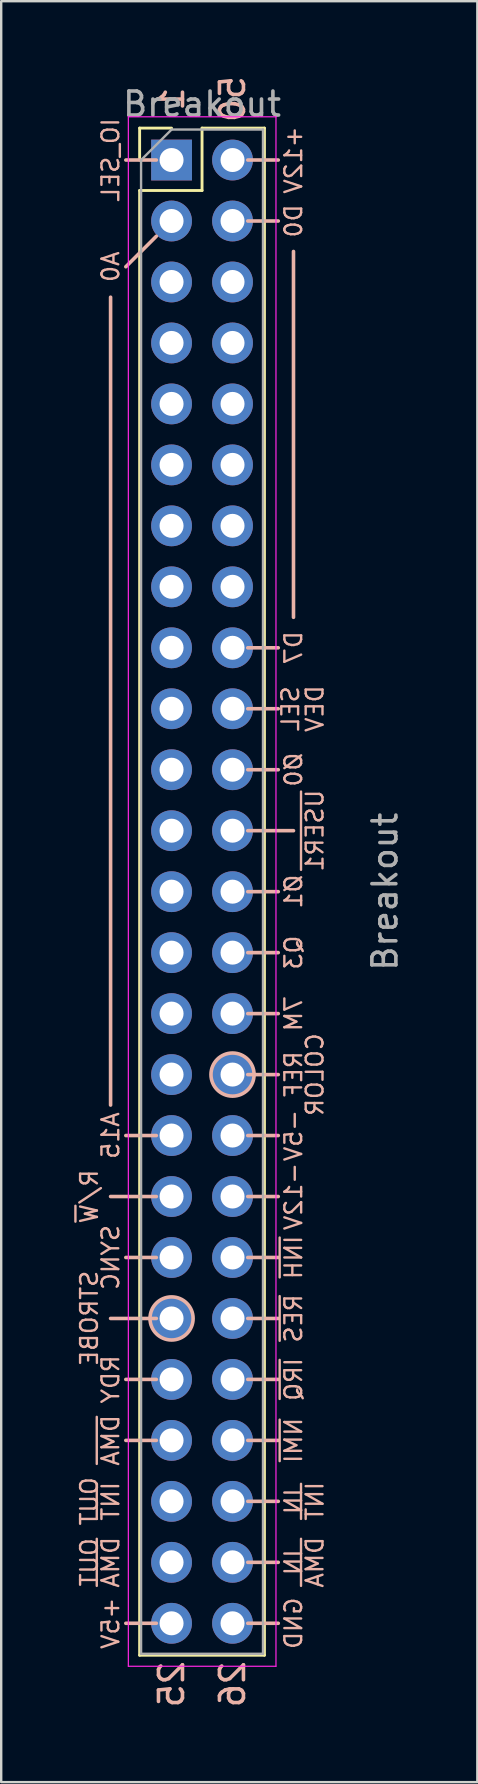
<source format=kicad_pcb>
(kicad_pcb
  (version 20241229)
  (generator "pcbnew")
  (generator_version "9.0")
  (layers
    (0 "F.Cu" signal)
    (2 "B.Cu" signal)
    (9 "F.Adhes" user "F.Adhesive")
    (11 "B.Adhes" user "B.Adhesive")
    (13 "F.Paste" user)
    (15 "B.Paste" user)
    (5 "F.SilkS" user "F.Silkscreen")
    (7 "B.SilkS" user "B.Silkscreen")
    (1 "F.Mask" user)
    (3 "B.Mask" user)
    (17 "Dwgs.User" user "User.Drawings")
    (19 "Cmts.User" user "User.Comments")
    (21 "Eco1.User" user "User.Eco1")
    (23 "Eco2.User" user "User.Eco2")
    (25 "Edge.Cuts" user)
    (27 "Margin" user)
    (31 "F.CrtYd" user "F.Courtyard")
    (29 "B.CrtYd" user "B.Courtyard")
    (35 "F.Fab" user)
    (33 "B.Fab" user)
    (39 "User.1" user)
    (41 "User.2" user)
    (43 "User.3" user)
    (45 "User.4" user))
  (footprint "Breakout"
    (layer "F.Cu")
    (at 4.097 3.617)
    (property "Reference" "Breakout" (at 1.27 -2.33 0) (layer "F.Fab") (effects (font (size 1 1) (thickness 0.15))))
    (attr through_hole)
    (fp_line (start -1.33 -1.33) (end 0 -1.33) (stroke (width 0.12) (type solid)) (layer "F.SilkS"))
    (fp_line (start -1.33 0) (end -1.33 -1.33) (stroke (width 0.12) (type solid)) (layer "F.SilkS"))
    (fp_line (start -1.33 1.27) (end -1.33 62.29) (stroke (width 0.12) (type solid)) (layer "F.SilkS"))
    (fp_line (start -1.33 1.27) (end 1.27 1.27) (stroke (width 0.12) (type solid)) (layer "F.SilkS"))
    (fp_line (start -1.33 62.29) (end 3.87 62.29) (stroke (width 0.12) (type solid)) (layer "F.SilkS"))
    (fp_line (start 1.27 -1.33) (end 3.87 -1.33) (stroke (width 0.12) (type solid)) (layer "F.SilkS"))
    (fp_line (start 1.27 1.27) (end 1.27 -1.33) (stroke (width 0.12) (type solid)) (layer "F.SilkS"))
    (fp_line (start 3.87 -1.33) (end 3.87 62.29) (stroke (width 0.12) (type solid)) (layer "F.SilkS"))
    (fp_line (start -2.54 5.715) (end -2.54 39.37) (stroke (width 0.15) (type solid)) (layer "B.SilkS"))
    (fp_line (start -1.905 4.445) (end -0.635 3.175) (stroke (width 0.15) (type solid)) (layer "B.SilkS"))
    (fp_line (start -1.905 53.34) (end -0.635 53.34) (stroke (width 0.15) (type solid)) (layer "B.SilkS"))
    (fp_line (start -1.905 60.96) (end -0.635 60.96) (stroke (width 0.15) (type solid)) (layer "B.SilkS"))
    (fp_line (start -0.635 0) (end -1.905 0) (stroke (width 0.15) (type solid)) (layer "B.SilkS"))
    (fp_line (start -0.635 40.64) (end -1.905 40.64) (stroke (width 0.15) (type solid)) (layer "B.SilkS"))
    (fp_line (start -0.635 43.18) (end -2.54 43.18) (stroke (width 0.15) (type solid)) (layer "B.SilkS"))
    (fp_line (start -0.635 45.72) (end -1.905 45.72) (stroke (width 0.15) (type solid)) (layer "B.SilkS"))
    (fp_line (start -0.635 48.26) (end -2.54 48.26) (stroke (width 0.15) (type solid)) (layer "B.SilkS"))
    (fp_line (start -0.635 50.8) (end -1.905 50.8) (stroke (width 0.15) (type solid)) (layer "B.SilkS"))
    (fp_line (start 3.175 0) (end 4.445 0) (stroke (width 0.15) (type solid)) (layer "B.SilkS"))
    (fp_line (start 3.175 20.32) (end 4.445 20.32) (stroke (width 0.15) (type solid)) (layer "B.SilkS"))
    (fp_line (start 3.175 22.86) (end 4.445 22.86) (stroke (width 0.15) (type solid)) (layer "B.SilkS"))
    (fp_line (start 3.175 27.94) (end 5.08 27.94) (stroke (width 0.15) (type solid)) (layer "B.SilkS"))
    (fp_line (start 3.175 30.48) (end 4.445 30.48) (stroke (width 0.15) (type solid)) (layer "B.SilkS"))
    (fp_line (start 3.175 33.02) (end 4.445 33.02) (stroke (width 0.15) (type solid)) (layer "B.SilkS"))
    (fp_line (start 3.175 35.56) (end 4.445 35.56) (stroke (width 0.15) (type solid)) (layer "B.SilkS"))
    (fp_line (start 3.175 38.1) (end 4.445 38.1) (stroke (width 0.15) (type solid)) (layer "B.SilkS"))
    (fp_line (start 3.175 40.64) (end 4.445 40.64) (stroke (width 0.15) (type solid)) (layer "B.SilkS"))
    (fp_line (start 3.175 43.18) (end 4.445 43.18) (stroke (width 0.15) (type solid)) (layer "B.SilkS"))
    (fp_line (start 3.175 45.72) (end 4.445 45.72) (stroke (width 0.15) (type solid)) (layer "B.SilkS"))
    (fp_line (start 3.175 48.26) (end 4.445 48.26) (stroke (width 0.15) (type solid)) (layer "B.SilkS"))
    (fp_line (start 3.175 50.8) (end 4.445 50.8) (stroke (width 0.15) (type solid)) (layer "B.SilkS"))
    (fp_line (start 3.175 53.34) (end 4.445 53.34) (stroke (width 0.15) (type solid)) (layer "B.SilkS"))
    (fp_line (start 3.175 55.88) (end 4.445 55.88) (stroke (width 0.15) (type solid)) (layer "B.SilkS"))
    (fp_line (start 3.175 58.42) (end 4.445 58.42) (stroke (width 0.15) (type solid)) (layer "B.SilkS"))
    (fp_line (start 3.175 60.96) (end 4.445 60.96) (stroke (width 0.15) (type solid)) (layer "B.SilkS"))
    (fp_line (start 4.445 2.54) (end 3.175 2.54) (stroke (width 0.15) (type solid)) (layer "B.SilkS"))
    (fp_line (start 4.445 25.4) (end 3.175 25.4) (stroke (width 0.15) (type solid)) (layer "B.SilkS"))
    (fp_line (start 5.08 19.05) (end 5.08 3.81) (stroke (width 0.15) (type solid)) (layer "B.SilkS"))
    (fp_circle (center 0 48.26) (end -0.635 47.625) (stroke (width 0.15) (type solid)) (fill no) (layer "B.SilkS"))
    (fp_circle (center 2.54 38.1) (end 3.175 37.465) (stroke (width 0.15) (type solid)) (fill no) (layer "B.SilkS"))
    (fp_line (start -1.8 -1.8) (end -1.8 62.75) (stroke (width 0.05) (type solid)) (layer "F.CrtYd"))
    (fp_line (start -1.8 62.75) (end 4.35 62.75) (stroke (width 0.05) (type solid)) (layer "F.CrtYd"))
    (fp_line (start 4.35 -1.8) (end -1.8 -1.8) (stroke (width 0.05) (type solid)) (layer "F.CrtYd"))
    (fp_line (start 4.35 62.75) (end 4.35 -1.8) (stroke (width 0.05) (type solid)) (layer "F.CrtYd"))
    (fp_line (start -1.27 0) (end 0 -1.27) (stroke (width 0.1) (type solid)) (layer "F.Fab"))
    (fp_line (start -1.27 62.23) (end -1.27 0) (stroke (width 0.1) (type solid)) (layer "F.Fab"))
    (fp_line (start 0 -1.27) (end 3.81 -1.27) (stroke (width 0.1) (type solid)) (layer "F.Fab"))
    (fp_line (start 3.81 -1.27) (end 3.81 62.23) (stroke (width 0.1) (type solid)) (layer "F.Fab"))
    (fp_line (start 3.81 62.23) (end -1.27 62.23) (stroke (width 0.1) (type solid)) (layer "F.Fab"))
    (fp_text user "IN" (at 5.08 55.88 90) (layer "B.SilkS") (effects (font (size 0.7 0.7) (thickness 0.1)) (justify mirror)))
    (fp_text user "SYNC" (at -2.54 45.72 90) (layer "B.SilkS") (effects (font (size 0.7 0.7) (thickness 0.1)) (justify mirror)))
    (fp_text user "OUT" (at -3.429 55.88 90) (layer "B.SilkS") (effects (font (size 0.7 0.7) (thickness 0.1)) (justify mirror)))
    (fp_text user "+5V" (at -2.54 60.96 90) (layer "B.SilkS") (effects (font (size 0.7 0.7) (thickness 0.1)) (justify mirror)))
    (fp_text user "RDY" (at -2.54 50.8 90) (layer "B.SilkS") (effects (font (size 0.7 0.7) (thickness 0.1)) (justify mirror)))
    (fp_text user "~{USER1}" (at 5.969 27.94 90) (layer "B.SilkS") (effects (font (size 0.7 0.7) (thickness 0.1)) (justify mirror)))
    (fp_text user "25" (at 0 63.5 90) (layer "B.SilkS") (effects (font (size 1 1) (thickness 0.15)) (justify mirror)))
    (fp_text user "~{RES}" (at 5.08 48.26 90) (layer "B.SilkS") (effects (font (size 0.7 0.7) (thickness 0.1)) (justify mirror)))
    (fp_text user "26" (at 2.54 63.5 90) (layer "B.SilkS") (effects (font (size 1 1) (thickness 0.15)) (justify mirror)))
    (fp_text user "OUT" (at -3.429 58.42 90) (layer "B.SilkS") (effects (font (size 0.7 0.7) (thickness 0.1)) (justify mirror)))
    (fp_text user "~{DMA}" (at -2.54 53.34 90) (layer "B.SilkS") (effects (font (size 0.7 0.7) (thickness 0.1)) (justify mirror)))
    (fp_text user "7M" (at 5.08 35.56 90) (layer "B.SilkS") (effects (font (size 0.7 0.7) (thickness 0.1)) (justify mirror)))
    (fp_text user "50" (at 2.54 -2.54 90) (layer "B.SilkS") (effects (font (size 1 1) (thickness 0.15)) (justify mirror)))
    (fp_text user "-12V" (at 5.08 43.18 90) (layer "B.SilkS") (effects (font (size 0.7 0.7) (thickness 0.1)) (justify mirror)))
    (fp_text user "~{INT}" (at 5.969 55.88 90) (layer "B.SilkS") (effects (font (size 0.7 0.7) (thickness 0.1)) (justify mirror)))
    (fp_text user "IO_SEL" (at -2.54 0 90) (layer "B.SilkS") (effects (font (size 0.7 0.7) (thickness 0.1)) (justify mirror)))
    (fp_text user "~{DMA}" (at 5.969 58.42 90) (layer "B.SilkS") (effects (font (size 0.7 0.7) (thickness 0.1)) (justify mirror)))
    (fp_text user "R/~{W}" (at -3.429 43.18 90) (layer "B.SilkS") (effects (font (size 0.7 0.7) (thickness 0.1)) (justify mirror)))
    (fp_text user "A0" (at -2.54 4.445 270) (layer "B.SilkS") (effects (font (size 0.7 0.7) (thickness 0.1)) (justify mirror)))
    (fp_text user "A15" (at -2.54 40.64 90) (layer "B.SilkS") (effects (font (size 0.7 0.7) (thickness 0.1)) (justify mirror)))
    (fp_text user "1" (at 0 -2.54 90) (layer "B.SilkS") (effects (font (size 1 1) (thickness 0.15)) (justify mirror)))
    (fp_text user "~{IRQ}" (at 5.08 50.8 90) (layer "B.SilkS") (effects (font (size 0.7 0.7) (thickness 0.1)) (justify mirror)))
    (fp_text user "D0" (at 5.08 2.54 90) (layer "B.SilkS") (effects (font (size 0.7 0.7) (thickness 0.1)) (justify mirror)))
    (fp_text user "~{DMA}" (at -2.54 58.42 90) (layer "B.SilkS") (effects (font (size 0.7 0.7) (thickness 0.1)) (justify mirror)))
    (fp_text user "~{INT}" (at -2.54 55.88 90) (layer "B.SilkS") (effects (font (size 0.7 0.7) (thickness 0.1)) (justify mirror)))
    (fp_text user "+12V" (at 5.08 0 90) (layer "B.SilkS") (effects (font (size 0.7 0.7) (thickness 0.1)) (justify mirror)))
    (fp_text user "COLOR" (at 5.969 38.1 90) (layer "B.SilkS") (effects (font (size 0.7 0.7) (thickness 0.1)) (justify mirror)))
    (fp_text user "-5V" (at 5.08 40.64 90) (layer "B.SilkS") (effects (font (size 0.7 0.7) (thickness 0.1)) (justify mirror)))
    (fp_text user "GND" (at 5.08 60.96 90) (layer "B.SilkS") (effects (font (size 0.7 0.7) (thickness 0.1)) (justify mirror)))
    (fp_text user "IN" (at 5.08 58.42 90) (layer "B.SilkS") (effects (font (size 0.7 0.7) (thickness 0.1)) (justify mirror)))
    (fp_text user "~{NMI}" (at 5.08 53.34 90) (layer "B.SilkS") (effects (font (size 0.7 0.7) (thickness 0.1)) (justify mirror)))
    (fp_text user "D7" (at 5.08 20.32 270) (layer "B.SilkS") (effects (font (size 0.7 0.7) (thickness 0.1)) (justify mirror)))
    (fp_text user "Ø0" (at 5.08 25.4 90) (layer "B.SilkS") (effects (font (size 0.7 0.7) (thickness 0.1)) (justify mirror)))
    (fp_text user "Ø1" (at 5.08 30.48 90) (layer "B.SilkS") (effects (font (size 0.7 0.7) (thickness 0.1)) (justify mirror)))
    (fp_text user "SEL" (at 4.953 22.86 90) (layer "B.SilkS") (effects (font (size 0.7 0.7) (thickness 0.1)) (justify mirror)))
    (fp_text user "STROBE" (at -3.429 48.26 90) (layer "B.SilkS") (effects (font (size 0.7 0.7) (thickness 0.1)) (justify mirror)))
    (fp_text user "REF" (at 5.08 38.1 90) (layer "B.SilkS") (effects (font (size 0.7 0.7) (thickness 0.1)) (justify mirror)))
    (fp_text user "DEV" (at 5.969 22.86 90) (layer "B.SilkS") (effects (font (size 0.7 0.7) (thickness 0.1)) (justify mirror)))
    (fp_text user "~{INH}" (at 5.08 45.72 90) (layer "B.SilkS") (effects (font (size 0.7 0.7) (thickness 0.1)) (justify mirror)))
    (fp_text user "Q3" (at 5.08 33.02 90) (layer "B.SilkS") (effects (font (size 0.7 0.7) (thickness 0.1)) (justify mirror)))
    (fp_text user "${REFERENCE}" (at 8.89 30.48 90) (layer "F.Fab") (effects (font (size 1 1) (thickness 0.15))))
    (pad "1" thru_hole rect (at 0 0) (size 1.7 1.7) (drill 1) (layers "*.Cu" "*.Mask"))
    (pad "2" thru_hole oval (at 0 2.54) (size 1.7 1.7) (drill 1) (layers "*.Cu" "*.Mask"))
    (pad "3" thru_hole oval (at 0 5.08) (size 1.7 1.7) (drill 1) (layers "*.Cu" "*.Mask"))
    (pad "4" thru_hole oval (at 0 7.62) (size 1.7 1.7) (drill 1) (layers "*.Cu" "*.Mask"))
    (pad "5" thru_hole oval (at 0 10.16) (size 1.7 1.7) (drill 1) (layers "*.Cu" "*.Mask"))
    (pad "6" thru_hole oval (at 0 12.7) (size 1.7 1.7) (drill 1) (layers "*.Cu" "*.Mask"))
    (pad "7" thru_hole oval (at 0 15.24) (size 1.7 1.7) (drill 1) (layers "*.Cu" "*.Mask"))
    (pad "8" thru_hole oval (at 0 17.78) (size 1.7 1.7) (drill 1) (layers "*.Cu" "*.Mask"))
    (pad "9" thru_hole oval (at 0 20.32) (size 1.7 1.7) (drill 1) (layers "*.Cu" "*.Mask"))
    (pad "10" thru_hole oval (at 0 22.86) (size 1.7 1.7) (drill 1) (layers "*.Cu" "*.Mask"))
    (pad "11" thru_hole oval (at 0 25.4) (size 1.7 1.7) (drill 1) (layers "*.Cu" "*.Mask"))
    (pad "12" thru_hole oval (at 0 27.94) (size 1.7 1.7) (drill 1) (layers "*.Cu" "*.Mask"))
    (pad "13" thru_hole oval (at 0 30.48) (size 1.7 1.7) (drill 1) (layers "*.Cu" "*.Mask"))
    (pad "14" thru_hole oval (at 0 33.02) (size 1.7 1.7) (drill 1) (layers "*.Cu" "*.Mask"))
    (pad "15" thru_hole oval (at 0 35.56) (size 1.7 1.7) (drill 1) (layers "*.Cu" "*.Mask"))
    (pad "16" thru_hole oval (at 0 38.1) (size 1.7 1.7) (drill 1) (layers "*.Cu" "*.Mask"))
    (pad "17" thru_hole oval (at 0 40.64) (size 1.7 1.7) (drill 1) (layers "*.Cu" "*.Mask"))
    (pad "18" thru_hole oval (at 0 43.18) (size 1.7 1.7) (drill 1) (layers "*.Cu" "*.Mask"))
    (pad "19" thru_hole oval (at 0 45.72) (size 1.7 1.7) (drill 1) (layers "*.Cu" "*.Mask"))
    (pad "20" thru_hole oval (at 0 48.26) (size 1.7 1.7) (drill 1) (layers "*.Cu" "*.Mask"))
    (pad "21" thru_hole oval (at 0 50.8) (size 1.7 1.7) (drill 1) (layers "*.Cu" "*.Mask"))
    (pad "22" thru_hole oval (at 0 53.34) (size 1.7 1.7) (drill 1) (layers "*.Cu" "*.Mask"))
    (pad "23" thru_hole oval (at 0 55.88) (size 1.7 1.7) (drill 1) (layers "*.Cu" "*.Mask"))
    (pad "24" thru_hole oval (at 0 58.42) (size 1.7 1.7) (drill 1) (layers "*.Cu" "*.Mask"))
    (pad "25" thru_hole oval (at 0 60.96) (size 1.7 1.7) (drill 1) (layers "*.Cu" "*.Mask"))
    (pad "26" thru_hole oval (at 2.54 60.96) (size 1.7 1.7) (drill 1) (layers "*.Cu" "*.Mask"))
    (pad "27" thru_hole oval (at 2.54 58.42) (size 1.7 1.7) (drill 1) (layers "*.Cu" "*.Mask"))
    (pad "28" thru_hole oval (at 2.54 55.88) (size 1.7 1.7) (drill 1) (layers "*.Cu" "*.Mask"))
    (pad "29" thru_hole oval (at 2.54 53.34) (size 1.7 1.7) (drill 1) (layers "*.Cu" "*.Mask"))
    (pad "30" thru_hole oval (at 2.54 50.8) (size 1.7 1.7) (drill 1) (layers "*.Cu" "*.Mask"))
    (pad "31" thru_hole oval (at 2.54 48.26) (size 1.7 1.7) (drill 1) (layers "*.Cu" "*.Mask"))
    (pad "32" thru_hole oval (at 2.54 45.72) (size 1.7 1.7) (drill 1) (layers "*.Cu" "*.Mask"))
    (pad "33" thru_hole oval (at 2.54 43.18) (size 1.7 1.7) (drill 1) (layers "*.Cu" "*.Mask"))
    (pad "34" thru_hole oval (at 2.54 40.64) (size 1.7 1.7) (drill 1) (layers "*.Cu" "*.Mask"))
    (pad "35" thru_hole oval (at 2.54 38.1) (size 1.7 1.7) (drill 1) (layers "*.Cu" "*.Mask"))
    (pad "36" thru_hole oval (at 2.54 35.56) (size 1.7 1.7) (drill 1) (layers "*.Cu" "*.Mask"))
    (pad "37" thru_hole oval (at 2.54 33.02) (size 1.7 1.7) (drill 1) (layers "*.Cu" "*.Mask"))
    (pad "38" thru_hole oval (at 2.54 30.48) (size 1.7 1.7) (drill 1) (layers "*.Cu" "*.Mask"))
    (pad "39" thru_hole oval (at 2.54 27.94) (size 1.7 1.7) (drill 1) (layers "*.Cu" "*.Mask"))
    (pad "40" thru_hole oval (at 2.54 25.4) (size 1.7 1.7) (drill 1) (layers "*.Cu" "*.Mask"))
    (pad "41" thru_hole oval (at 2.54 22.86) (size 1.7 1.7) (drill 1) (layers "*.Cu" "*.Mask"))
    (pad "42" thru_hole oval (at 2.54 20.32) (size 1.7 1.7) (drill 1) (layers "*.Cu" "*.Mask"))
    (pad "43" thru_hole oval (at 2.54 17.78) (size 1.7 1.7) (drill 1) (layers "*.Cu" "*.Mask"))
    (pad "44" thru_hole oval (at 2.54 15.24) (size 1.7 1.7) (drill 1) (layers "*.Cu" "*.Mask"))
    (pad "45" thru_hole oval (at 2.54 12.7) (size 1.7 1.7) (drill 1) (layers "*.Cu" "*.Mask"))
    (pad "46" thru_hole oval (at 2.54 10.16) (size 1.7 1.7) (drill 1) (layers "*.Cu" "*.Mask"))
    (pad "47" thru_hole oval (at 2.54 7.62) (size 1.7 1.7) (drill 1) (layers "*.Cu" "*.Mask"))
    (pad "48" thru_hole oval (at 2.54 5.08) (size 1.7 1.7) (drill 1) (layers "*.Cu" "*.Mask"))
    (pad "49" thru_hole oval (at 2.54 2.54) (size 1.7 1.7) (drill 1) (layers "*.Cu" "*.Mask"))
    (pad "50" thru_hole oval (at 2.54 0) (size 1.7 1.7) (drill 1) (layers "*.Cu" "*.Mask")))
  (gr_rect
    (start -3 -3)
    (end 16.836 71.195)
    (stroke (width 0.1) (type default))
    (fill no)
    (layer "Edge.Cuts")))
</source>
